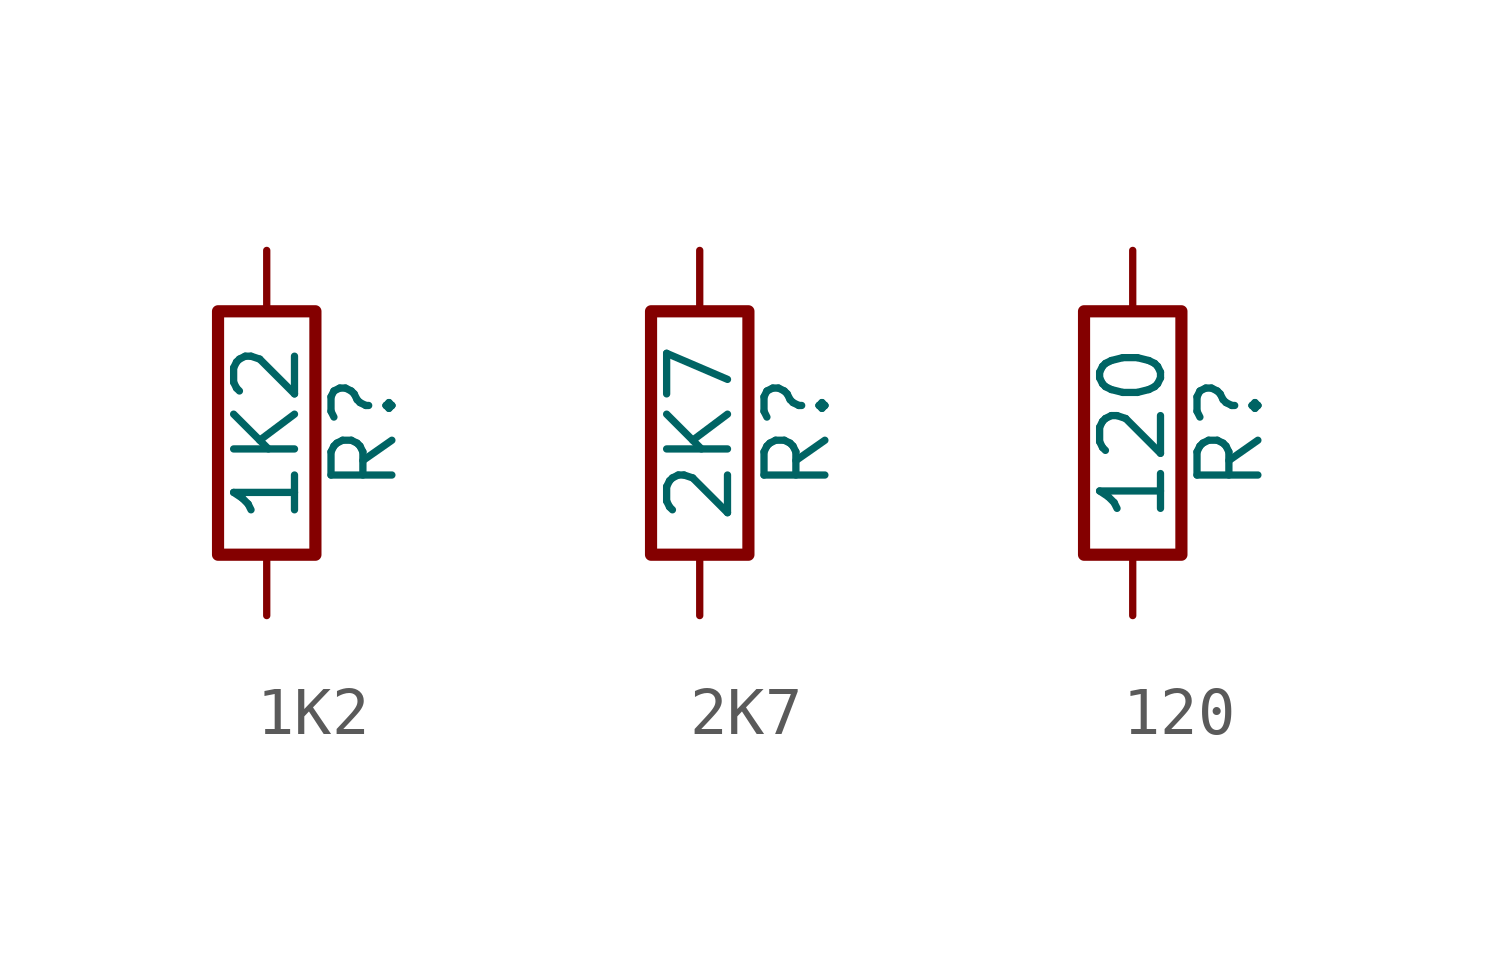
<source format=kicad_sym>
(kicad_symbol_lib
  (version 20220914)
  (generator kicad_db_lib)
  (symbol "1K2"
    (pin_numbers hide)
    (pin_names
      (offset 0))
    (property "Reference" "R"
      (at 2.032 0 90)
      (effects (font (size 1.27 1.27))))
    (property "Value" "1K2"
      (at 0 0 90)
      (effects (font (size 1.27 1.27))))
    (symbol "1K2_0_1"
      (rectangle (start -1.016 -2.54) (end 1.016 2.54) (stroke (width 0.254) (type default)) (fill (type none))))
    (symbol "1K2_1_1"
      (pin passive line (at 0 3.81 270) (length 1.27) (name "~" (effects (font (size 1.27 1.27)))) (number "1" (effects (font (size 1.27 1.27)))))
      (pin passive line (at 0 -3.81 90) (length 1.27) (name "~" (effects (font (size 1.27 1.27)))) (number "2" (effects (font (size 1.27 1.27)))))))
  (symbol "2K7"
    (pin_numbers hide)
    (pin_names
      (offset 0))
    (property "Reference" "R"
      (at 2.032 0 90)
      (effects (font (size 1.27 1.27))))
    (property "Value" "2K7"
      (at 0 0 90)
      (effects (font (size 1.27 1.27))))
    (symbol "2K7_0_1"
      (rectangle (start -1.016 -2.54) (end 1.016 2.54) (stroke (width 0.254) (type default)) (fill (type none))))
    (symbol "2K7_1_1"
      (pin passive line (at 0 3.81 270) (length 1.27) (name "~" (effects (font (size 1.27 1.27)))) (number "1" (effects (font (size 1.27 1.27)))))
      (pin passive line (at 0 -3.81 90) (length 1.27) (name "~" (effects (font (size 1.27 1.27)))) (number "2" (effects (font (size 1.27 1.27)))))))
  (symbol "120"
    (pin_numbers hide)
    (pin_names
      (offset 0))
    (property "Reference" "R"
      (at 2.032 0 90)
      (effects (font (size 1.27 1.27))))
    (property "Value" "120"
      (at 0 0 90)
      (effects (font (size 1.27 1.27))))
    (symbol "120_0_1"
      (rectangle (start -1.016 -2.54) (end 1.016 2.54) (stroke (width 0.254) (type default)) (fill (type none))))
    (symbol "120_1_1"
      (pin passive line (at 0 3.81 270) (length 1.27) (name "~" (effects (font (size 1.27 1.27)))) (number "1" (effects (font (size 1.27 1.27)))))
      (pin passive line (at 0 -3.81 90) (length 1.27) (name "~" (effects (font (size 1.27 1.27)))) (number "2" (effects (font (size 1.27 1.27))))))))
</source>
